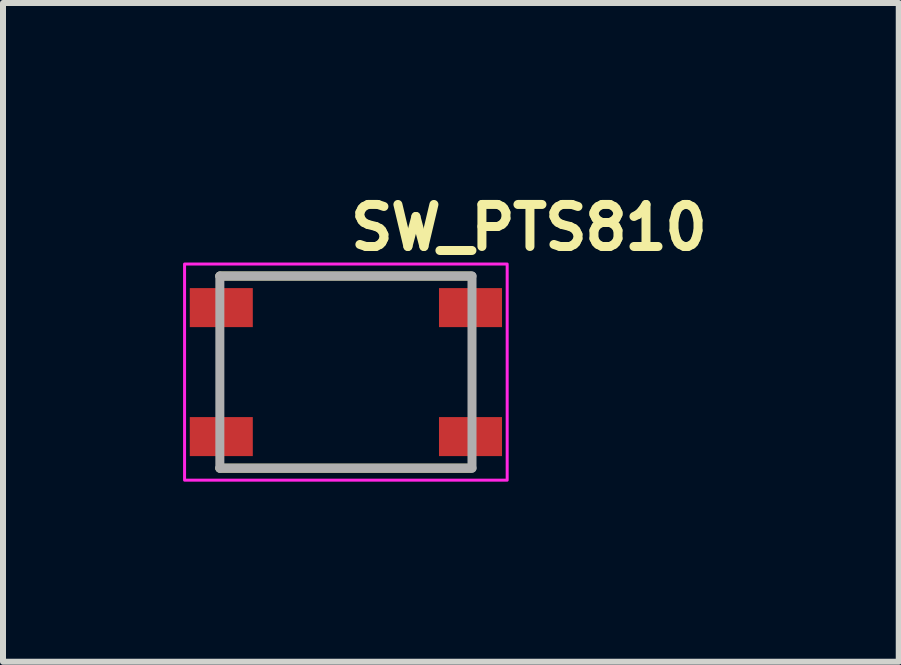
<source format=kicad_pcb>
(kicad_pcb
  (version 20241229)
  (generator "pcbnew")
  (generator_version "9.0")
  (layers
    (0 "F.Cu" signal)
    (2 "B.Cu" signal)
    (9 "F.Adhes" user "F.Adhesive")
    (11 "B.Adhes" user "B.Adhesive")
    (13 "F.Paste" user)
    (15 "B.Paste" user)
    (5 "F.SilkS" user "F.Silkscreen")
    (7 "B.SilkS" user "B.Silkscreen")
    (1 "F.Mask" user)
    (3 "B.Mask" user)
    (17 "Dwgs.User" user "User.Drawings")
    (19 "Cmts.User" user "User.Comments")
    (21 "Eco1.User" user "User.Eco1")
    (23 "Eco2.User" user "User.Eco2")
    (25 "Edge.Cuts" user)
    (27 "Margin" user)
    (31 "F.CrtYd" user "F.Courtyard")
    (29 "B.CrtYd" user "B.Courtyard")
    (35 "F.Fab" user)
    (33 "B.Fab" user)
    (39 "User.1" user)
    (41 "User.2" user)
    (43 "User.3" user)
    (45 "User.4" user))
  (footprint "SW_PTS810"
    (layer "F.Cu")
    (at 2.714 3.15)
    (property "Reference" "SW_PTS810" (at 0 -2 0) (layer "F.SilkS") (effects (font (size 0.7 0.7) (thickness 0.15)) (justify left bottom)))
    (attr smd)
    (fp_line (start -2.101 -1.601) (end 2.075 -1.601) (stroke (width 0.15) (type solid)) (layer "F.SilkS"))
    (fp_line (start -2.101 1.6) (end 2.075 1.6) (stroke (width 0.15) (type solid)) (layer "F.SilkS"))
    (fp_rect (start -2.689 -1.801) (end 2.686 1.8) (stroke (width 0.05) (type solid)) (fill no) (layer "F.CrtYd"))
    (fp_line (start -2.101 -1.601) (end 2.1 -1.601) (stroke (width 0.15) (type solid)) (layer "F.Fab"))
    (fp_line (start -2.101 1.6) (end -2.101 -1.601) (stroke (width 0.15) (type solid)) (layer "F.Fab"))
    (fp_line (start 2.1 -1.601) (end 2.1 1.6) (stroke (width 0.15) (type solid)) (layer "F.Fab"))
    (fp_line (start 2.1 1.6) (end -2.101 1.6) (stroke (width 0.15) (type solid)) (layer "F.Fab"))
    (fp_rect (start -2.289 -1.601) (end 2.286 1.6) (stroke (width 0.1) (type solid)) (fill no) (layer "User.5"))
    (fp_line (start -2.289 -1.351) (end -2.289 -0.802) (stroke (width 0.02) (type solid)) (layer "User.9"))
    (fp_line (start -2.289 -1.351) (end -2.191 -1.351) (stroke (width 0.02) (type solid)) (layer "User.9"))
    (fp_line (start -2.289 -0.802) (end -2.191 -0.802) (stroke (width 0.02) (type solid)) (layer "User.9"))
    (fp_line (start -2.289 0.8) (end -2.289 1.35) (stroke (width 0.02) (type solid)) (layer "User.9"))
    (fp_line (start -2.289 0.8) (end -2.191 0.8) (stroke (width 0.02) (type solid)) (layer "User.9"))
    (fp_line (start -2.289 1.35) (end -2.191 1.35) (stroke (width 0.02) (type solid)) (layer "User.9"))
    (fp_line (start -2.191 -0.802) (end -2.191 -1.351) (stroke (width 0.02) (type solid)) (layer "User.9"))
    (fp_line (start -2.191 -0.802) (end -2.101 -0.802) (stroke (width 0.02) (type solid)) (layer "User.9"))
    (fp_line (start -2.191 1.35) (end -2.191 0.8) (stroke (width 0.02) (type solid)) (layer "User.9"))
    (fp_line (start -2.191 1.35) (end -2.101 1.35) (stroke (width 0.02) (type solid)) (layer "User.9"))
    (fp_line (start -2.101 -1.412) (end -2.1 -1.422) (stroke (width 0.02) (type solid)) (layer "User.9"))
    (fp_line (start -2.101 -1.401) (end -2.101 -1.412) (stroke (width 0.02) (type solid)) (layer "User.9"))
    (fp_line (start -2.101 -1.401) (end -2.101 -0.402) (stroke (width 0.02) (type solid)) (layer "User.9"))
    (fp_line (start -2.101 -1.351) (end -2.191 -1.351) (stroke (width 0.02) (type solid)) (layer "User.9"))
    (fp_line (start -2.101 -0.402) (end -2.101 0.4) (stroke (width 0.02) (type solid)) (layer "User.9"))
    (fp_line (start -2.101 0.4) (end -2.101 1.398) (stroke (width 0.02) (type solid)) (layer "User.9"))
    (fp_line (start -2.101 0.4) (end -0.902 1.6) (stroke (width 0.02) (type solid)) (layer "User.9"))
    (fp_line (start -2.101 0.8) (end -2.191 0.8) (stroke (width 0.02) (type solid)) (layer "User.9"))
    (fp_line (start -2.101 1.409) (end -2.101 1.398) (stroke (width 0.02) (type solid)) (layer "User.9"))
    (fp_line (start -2.1 -1.422) (end -2.098 -1.432) (stroke (width 0.02) (type solid)) (layer "User.9"))
    (fp_line (start -2.1 1.419) (end -2.101 1.409) (stroke (width 0.02) (type solid)) (layer "User.9"))
    (fp_line (start -2.098 -1.432) (end -2.097 -1.442) (stroke (width 0.02) (type solid)) (layer "User.9"))
    (fp_line (start -2.098 1.429) (end -2.1 1.419) (stroke (width 0.02) (type solid)) (layer "User.9"))
    (fp_line (start -2.097 -1.442) (end -2.094 -1.45) (stroke (width 0.02) (type solid)) (layer "User.9"))
    (fp_line (start -2.097 1.439) (end -2.098 1.429) (stroke (width 0.02) (type solid)) (layer "User.9"))
    (fp_line (start -2.094 -1.45) (end -2.093 -1.46) (stroke (width 0.02) (type solid)) (layer "User.9"))
    (fp_line (start -2.094 1.449) (end -2.097 1.439) (stroke (width 0.02) (type solid)) (layer "User.9"))
    (fp_line (start -2.093 -1.46) (end -2.089 -1.47) (stroke (width 0.02) (type solid)) (layer "User.9"))
    (fp_line (start -2.093 1.459) (end -2.094 1.449) (stroke (width 0.02) (type solid)) (layer "User.9"))
    (fp_line (start -2.089 -1.47) (end -2.085 -1.478) (stroke (width 0.02) (type solid)) (layer "User.9"))
    (fp_line (start -2.089 1.467) (end -2.093 1.459) (stroke (width 0.02) (type solid)) (layer "User.9"))
    (fp_line (start -2.085 -1.478) (end -2.081 -1.488) (stroke (width 0.02) (type solid)) (layer "User.9"))
    (fp_line (start -2.085 1.477) (end -2.089 1.467) (stroke (width 0.02) (type solid)) (layer "User.9"))
    (fp_line (start -2.081 -1.488) (end -2.077 -1.496) (stroke (width 0.02) (type solid)) (layer "User.9"))
    (fp_line (start -2.081 1.485) (end -2.085 1.477) (stroke (width 0.02) (type solid)) (layer "User.9"))
    (fp_line (start -2.077 -1.496) (end -2.073 -1.504) (stroke (width 0.02) (type solid)) (layer "User.9"))
    (fp_line (start -2.077 1.495) (end -2.081 1.485) (stroke (width 0.02) (type solid)) (layer "User.9"))
    (fp_line (start -2.073 -1.504) (end -2.066 -1.512) (stroke (width 0.02) (type solid)) (layer "User.9"))
    (fp_line (start -2.073 1.503) (end -2.077 1.495) (stroke (width 0.02) (type solid)) (layer "User.9"))
    (fp_line (start -2.066 -1.512) (end -2.061 -1.52) (stroke (width 0.02) (type solid)) (layer "User.9"))
    (fp_line (start -2.066 1.511) (end -2.073 1.503) (stroke (width 0.02) (type solid)) (layer "User.9"))
    (fp_line (start -2.061 -1.52) (end -2.056 -1.528) (stroke (width 0.02) (type solid)) (layer "User.9"))
    (fp_line (start -2.061 1.519) (end -2.066 1.511) (stroke (width 0.02) (type solid)) (layer "User.9"))
    (fp_line (start -2.056 -1.528) (end -2.049 -1.536) (stroke (width 0.02) (type solid)) (layer "User.9"))
    (fp_line (start -2.056 1.527) (end -2.061 1.519) (stroke (width 0.02) (type solid)) (layer "User.9"))
    (fp_line (start -2.05 0.45) (end -2.05 -0.452) (stroke (width 0.02) (type solid)) (layer "User.9"))
    (fp_line (start -2.049 -1.536) (end -2.043 -1.543) (stroke (width 0.02) (type solid)) (layer "User.9"))
    (fp_line (start -2.049 1.533) (end -2.056 1.527) (stroke (width 0.02) (type solid)) (layer "User.9"))
    (fp_line (start -2.043 -1.543) (end -2.036 -1.549) (stroke (width 0.02) (type solid)) (layer "User.9"))
    (fp_line (start -2.043 1.54) (end -2.049 1.533) (stroke (width 0.02) (type solid)) (layer "User.9"))
    (fp_line (start -2.036 -1.549) (end -2.028 -1.555) (stroke (width 0.02) (type solid)) (layer "User.9"))
    (fp_line (start -2.036 1.548) (end -2.043 1.54) (stroke (width 0.02) (type solid)) (layer "User.9"))
    (fp_line (start -2.028 -1.555) (end -2.02 -1.561) (stroke (width 0.02) (type solid)) (layer "User.9"))
    (fp_line (start -2.028 1.554) (end -2.036 1.548) (stroke (width 0.02) (type solid)) (layer "User.9"))
    (fp_line (start -2.02 -1.561) (end -2.012 -1.567) (stroke (width 0.02) (type solid)) (layer "User.9"))
    (fp_line (start -2.02 1.56) (end -2.028 1.554) (stroke (width 0.02) (type solid)) (layer "User.9"))
    (fp_line (start -2.012 -1.567) (end -2.004 -1.573) (stroke (width 0.02) (type solid)) (layer "User.9"))
    (fp_line (start -2.012 1.564) (end -2.02 1.56) (stroke (width 0.02) (type solid)) (layer "User.9"))
    (fp_line (start -2.004 -1.573) (end -1.996 -1.577) (stroke (width 0.02) (type solid)) (layer "User.9"))
    (fp_line (start -2.004 1.57) (end -2.012 1.564) (stroke (width 0.02) (type solid)) (layer "User.9"))
    (fp_line (start -1.996 -1.577) (end -1.988 -1.581) (stroke (width 0.02) (type solid)) (layer "User.9"))
    (fp_line (start -1.996 1.574) (end -2.004 1.57) (stroke (width 0.02) (type solid)) (layer "User.9"))
    (fp_line (start -1.988 -1.581) (end -1.978 -1.585) (stroke (width 0.02) (type solid)) (layer "User.9"))
    (fp_line (start -1.988 1.58) (end -1.996 1.574) (stroke (width 0.02) (type solid)) (layer "User.9"))
    (fp_line (start -1.978 -1.585) (end -1.97 -1.589) (stroke (width 0.02) (type solid)) (layer "User.9"))
    (fp_line (start -1.978 1.584) (end -1.988 1.58) (stroke (width 0.02) (type solid)) (layer "User.9"))
    (fp_line (start -1.97 -1.589) (end -1.96 -1.593) (stroke (width 0.02) (type solid)) (layer "User.9"))
    (fp_line (start -1.97 1.586) (end -1.978 1.584) (stroke (width 0.02) (type solid)) (layer "User.9"))
    (fp_line (start -1.96 -1.593) (end -1.95 -1.595) (stroke (width 0.02) (type solid)) (layer "User.9"))
    (fp_line (start -1.96 1.59) (end -1.97 1.586) (stroke (width 0.02) (type solid)) (layer "User.9"))
    (fp_line (start -1.95 -1.595) (end -1.942 -1.597) (stroke (width 0.02) (type solid)) (layer "User.9"))
    (fp_line (start -1.95 1.592) (end -1.96 1.59) (stroke (width 0.02) (type solid)) (layer "User.9"))
    (fp_line (start -1.942 -1.597) (end -1.932 -1.599) (stroke (width 0.02) (type solid)) (layer "User.9"))
    (fp_line (start -1.942 1.594) (end -1.95 1.592) (stroke (width 0.02) (type solid)) (layer "User.9"))
    (fp_line (start -1.932 -1.599) (end -1.922 -1.599) (stroke (width 0.02) (type solid)) (layer "User.9"))
    (fp_line (start -1.932 1.596) (end -1.942 1.594) (stroke (width 0.02) (type solid)) (layer "User.9"))
    (fp_line (start -1.922 -1.599) (end -1.911 -1.601) (stroke (width 0.02) (type solid)) (layer "User.9"))
    (fp_line (start -1.922 1.598) (end -1.932 1.596) (stroke (width 0.02) (type solid)) (layer "User.9"))
    (fp_line (start -1.911 -1.601) (end -1.901 -1.601) (stroke (width 0.02) (type solid)) (layer "User.9"))
    (fp_line (start -1.911 1.598) (end -1.922 1.598) (stroke (width 0.02) (type solid)) (layer "User.9"))
    (fp_line (start -1.901 1.6) (end -1.911 1.598) (stroke (width 0.02) (type solid)) (layer "User.9"))
    (fp_line (start -1.901 1.6) (end -0.902 1.6) (stroke (width 0.02) (type solid)) (layer "User.9"))
    (fp_line (start -1.601 0) (end -1.599 0.076) (stroke (width 0.02) (type solid)) (layer "User.9"))
    (fp_line (start -1.599 -0.078) (end -1.601 0) (stroke (width 0.02) (type solid)) (layer "User.9"))
    (fp_line (start -1.599 0.076) (end -1.591 0.154) (stroke (width 0.02) (type solid)) (layer "User.9"))
    (fp_line (start -1.591 -0.156) (end -1.599 -0.078) (stroke (width 0.02) (type solid)) (layer "User.9"))
    (fp_line (start -1.591 0.154) (end -1.579 0.231) (stroke (width 0.02) (type solid)) (layer "User.9"))
    (fp_line (start -1.579 -0.233) (end -1.591 -0.156) (stroke (width 0.02) (type solid)) (layer "User.9"))
    (fp_line (start -1.579 0.231) (end -1.561 0.307) (stroke (width 0.02) (type solid)) (layer "User.9"))
    (fp_line (start -1.561 -0.309) (end -1.579 -0.233) (stroke (width 0.02) (type solid)) (layer "User.9"))
    (fp_line (start -1.561 0.307) (end -1.539 0.382) (stroke (width 0.02) (type solid)) (layer "User.9"))
    (fp_line (start -1.539 -0.384) (end -1.561 -0.309) (stroke (width 0.02) (type solid)) (layer "User.9"))
    (fp_line (start -1.539 0.382) (end -1.51 0.457) (stroke (width 0.02) (type solid)) (layer "User.9"))
    (fp_line (start -1.51 -0.459) (end -1.539 -0.384) (stroke (width 0.02) (type solid)) (layer "User.9"))
    (fp_line (start -1.51 0.457) (end -1.478 0.529) (stroke (width 0.02) (type solid)) (layer "User.9"))
    (fp_line (start -1.5 0) (end -1.498 -0.073) (stroke (width 0.02) (type solid)) (layer "User.9"))
    (fp_line (start -1.498 -0.073) (end -1.492 -0.144) (stroke (width 0.02) (type solid)) (layer "User.9"))
    (fp_line (start -1.498 0.071) (end -1.5 0) (stroke (width 0.02) (type solid)) (layer "User.9"))
    (fp_line (start -1.492 -0.144) (end -1.48 -0.213) (stroke (width 0.02) (type solid)) (layer "User.9"))
    (fp_line (start -1.492 0.142) (end -1.498 0.071) (stroke (width 0.02) (type solid)) (layer "User.9"))
    (fp_line (start -1.48 -0.213) (end -1.464 -0.284) (stroke (width 0.02) (type solid)) (layer "User.9"))
    (fp_line (start -1.48 0.211) (end -1.492 0.142) (stroke (width 0.02) (type solid)) (layer "User.9"))
    (fp_line (start -1.478 -0.531) (end -1.51 -0.459) (stroke (width 0.02) (type solid)) (layer "User.9"))
    (fp_line (start -1.478 0.529) (end -1.44 0.598) (stroke (width 0.02) (type solid)) (layer "User.9"))
    (fp_line (start -1.464 -0.284) (end -1.444 -0.352) (stroke (width 0.02) (type solid)) (layer "User.9"))
    (fp_line (start -1.464 0.282) (end -1.48 0.211) (stroke (width 0.02) (type solid)) (layer "User.9"))
    (fp_line (start -1.444 -0.352) (end -1.418 -0.419) (stroke (width 0.02) (type solid)) (layer "User.9"))
    (fp_line (start -1.444 0.351) (end -1.464 0.282) (stroke (width 0.02) (type solid)) (layer "User.9"))
    (fp_line (start -1.44 -0.6) (end -1.478 -0.531) (stroke (width 0.02) (type solid)) (layer "User.9"))
    (fp_line (start -1.44 -0.6) (end -1.44 -0.6) (stroke (width 0.02) (type solid)) (layer "User.9"))
    (fp_line (start -1.44 0.598) (end -1.44 0.598) (stroke (width 0.02) (type solid)) (layer "User.9"))
    (fp_line (start -1.44 0.598) (end -1.42 0.633) (stroke (width 0.02) (type solid)) (layer "User.9"))
    (fp_line (start -1.42 0.633) (end -1.397 0.667) (stroke (width 0.02) (type solid)) (layer "User.9"))
    (fp_line (start -1.418 -0.419) (end -1.389 -0.486) (stroke (width 0.02) (type solid)) (layer "User.9"))
    (fp_line (start -1.418 0.417) (end -1.444 0.351) (stroke (width 0.02) (type solid)) (layer "User.9"))
    (fp_line (start -1.397 -0.669) (end -1.44 -0.6) (stroke (width 0.02) (type solid)) (layer "User.9"))
    (fp_line (start -1.397 0.667) (end -1.375 0.7) (stroke (width 0.02) (type solid)) (layer "User.9"))
    (fp_line (start -1.389 -0.486) (end -1.353 -0.552) (stroke (width 0.02) (type solid)) (layer "User.9"))
    (fp_line (start -1.389 0.484) (end -1.418 0.417) (stroke (width 0.02) (type solid)) (layer "User.9"))
    (fp_line (start -1.375 0.7) (end -1.351 0.731) (stroke (width 0.02) (type solid)) (layer "User.9"))
    (fp_line (start -1.353 -0.552) (end -1.353 -0.552) (stroke (width 0.02) (type solid)) (layer "User.9"))
    (fp_line (start -1.353 -0.552) (end -1.335 -0.582) (stroke (width 0.02) (type solid)) (layer "User.9"))
    (fp_line (start -1.353 0.55) (end -1.389 0.484) (stroke (width 0.02) (type solid)) (layer "User.9"))
    (fp_line (start -1.353 0.55) (end -1.353 0.55) (stroke (width 0.02) (type solid)) (layer "User.9"))
    (fp_line (start -1.351 -0.733) (end -1.397 -0.669) (stroke (width 0.02) (type solid)) (layer "User.9"))
    (fp_line (start -1.351 0.731) (end -1.327 0.762) (stroke (width 0.02) (type solid)) (layer "User.9"))
    (fp_line (start -1.335 -0.582) (end -1.315 -0.613) (stroke (width 0.02) (type solid)) (layer "User.9"))
    (fp_line (start -1.327 0.762) (end -1.301 0.793) (stroke (width 0.02) (type solid)) (layer "User.9"))
    (fp_line (start -1.315 -0.613) (end -1.295 -0.644) (stroke (width 0.02) (type solid)) (layer "User.9"))
    (fp_line (start -1.315 0.611) (end -1.353 0.55) (stroke (width 0.02) (type solid)) (layer "User.9"))
    (fp_line (start -1.301 -0.795) (end -1.351 -0.733) (stroke (width 0.02) (type solid)) (layer "User.9"))
    (fp_line (start -1.301 0.793) (end -1.276 0.822) (stroke (width 0.02) (type solid)) (layer "User.9"))
    (fp_line (start -1.295 -0.644) (end -1.272 -0.673) (stroke (width 0.02) (type solid)) (layer "User.9"))
    (fp_line (start -1.276 0.822) (end -1.248 0.849) (stroke (width 0.02) (type solid)) (layer "User.9"))
    (fp_line (start -1.272 -0.673) (end -1.25 -0.701) (stroke (width 0.02) (type solid)) (layer "User.9"))
    (fp_line (start -1.272 0.671) (end -1.315 0.611) (stroke (width 0.02) (type solid)) (layer "User.9"))
    (fp_line (start -1.25 -0.701) (end -1.226 -0.728) (stroke (width 0.02) (type solid)) (layer "User.9"))
    (fp_line (start -1.248 -0.851) (end -1.301 -0.795) (stroke (width 0.02) (type solid)) (layer "User.9"))
    (fp_line (start -1.248 0.849) (end -1.22 0.876) (stroke (width 0.02) (type solid)) (layer "User.9"))
    (fp_line (start -1.226 -0.728) (end -1.202 -0.754) (stroke (width 0.02) (type solid)) (layer "User.9"))
    (fp_line (start -1.226 0.726) (end -1.272 0.671) (stroke (width 0.02) (type solid)) (layer "User.9"))
    (fp_line (start -1.22 0.876) (end -1.19 0.903) (stroke (width 0.02) (type solid)) (layer "User.9"))
    (fp_line (start -1.202 -0.754) (end -1.178 -0.781) (stroke (width 0.02) (type solid)) (layer "User.9"))
    (fp_line (start -1.19 -0.905) (end -1.248 -0.851) (stroke (width 0.02) (type solid)) (layer "User.9"))
    (fp_line (start -1.19 0.903) (end -1.16 0.928) (stroke (width 0.02) (type solid)) (layer "User.9"))
    (fp_line (start -1.178 -0.781) (end -1.151 -0.806) (stroke (width 0.02) (type solid)) (layer "User.9"))
    (fp_line (start -1.178 0.779) (end -1.226 0.726) (stroke (width 0.02) (type solid)) (layer "User.9"))
    (fp_line (start -1.16 0.928) (end -1.131 0.953) (stroke (width 0.02) (type solid)) (layer "User.9"))
    (fp_line (start -1.151 -0.806) (end -1.125 -0.83) (stroke (width 0.02) (type solid)) (layer "User.9"))
    (fp_line (start -1.131 -0.955) (end -1.19 -0.905) (stroke (width 0.02) (type solid)) (layer "User.9"))
    (fp_line (start -1.131 0.953) (end -1.099 0.975) (stroke (width 0.02) (type solid)) (layer "User.9"))
    (fp_line (start -1.125 -0.83) (end -1.097 -0.852) (stroke (width 0.02) (type solid)) (layer "User.9"))
    (fp_line (start -1.125 0.828) (end -1.178 0.779) (stroke (width 0.02) (type solid)) (layer "User.9"))
    (fp_line (start -1.099 0.975) (end -1.067 0.997) (stroke (width 0.02) (type solid)) (layer "User.9"))
    (fp_line (start -1.097 -0.852) (end -1.069 -0.874) (stroke (width 0.02) (type solid)) (layer "User.9"))
    (fp_line (start -1.069 -0.874) (end -1.041 -0.895) (stroke (width 0.02) (type solid)) (layer "User.9"))
    (fp_line (start -1.069 0.872) (end -1.125 0.828) (stroke (width 0.02) (type solid)) (layer "User.9"))
    (fp_line (start -1.067 -0.999) (end -1.131 -0.955) (stroke (width 0.02) (type solid)) (layer "User.9"))
    (fp_line (start -1.067 0.997) (end -1.035 1.019) (stroke (width 0.02) (type solid)) (layer "User.9"))
    (fp_line (start -1.041 -0.895) (end -1.012 -0.917) (stroke (width 0.02) (type solid)) (layer "User.9"))
    (fp_line (start -1.035 1.019) (end -1 1.038) (stroke (width 0.02) (type solid)) (layer "User.9"))
    (fp_line (start -1.012 -0.917) (end -0.981 -0.936) (stroke (width 0.02) (type solid)) (layer "User.9"))
    (fp_line (start -1.012 0.915) (end -1.069 0.872) (stroke (width 0.02) (type solid)) (layer "User.9"))
    (fp_line (start -1 -1.041) (end -1.067 -0.999) (stroke (width 0.02) (type solid)) (layer "User.9"))
    (fp_line (start -1 1.038) (end -0.967 1.058) (stroke (width 0.02) (type solid)) (layer "User.9"))
    (fp_line (start -0.981 -0.936) (end -0.951 -0.954) (stroke (width 0.02) (type solid)) (layer "User.9"))
    (fp_line (start -0.967 1.058) (end -0.933 1.074) (stroke (width 0.02) (type solid)) (layer "User.9"))
    (fp_line (start -0.951 -1.551) (end 0.949 -1.551) (stroke (width 0.02) (type solid)) (layer "User.9"))
    (fp_line (start -0.951 -0.954) (end -0.92 -0.97) (stroke (width 0.02) (type solid)) (layer "User.9"))
    (fp_line (start -0.951 0.952) (end -1.012 0.915) (stroke (width 0.02) (type solid)) (layer "User.9"))
    (fp_line (start -0.933 -1.077) (end -1 -1.041) (stroke (width 0.02) (type solid)) (layer "User.9"))
    (fp_line (start -0.933 1.074) (end -0.898 1.092) (stroke (width 0.02) (type solid)) (layer "User.9"))
    (fp_line (start -0.92 -0.97) (end -0.888 -0.987) (stroke (width 0.02) (type solid)) (layer "User.9"))
    (fp_line (start -0.902 -1.601) (end -2.101 -0.402) (stroke (width 0.02) (type solid)) (layer "User.9"))
    (fp_line (start -0.902 -1.601) (end -1.901 -1.601) (stroke (width 0.02) (type solid)) (layer "User.9"))
    (fp_line (start -0.902 1.6) (end 0.9 1.6) (stroke (width 0.02) (type solid)) (layer "User.9"))
    (fp_line (start -0.898 1.092) (end -0.861 1.108) (stroke (width 0.02) (type solid)) (layer "User.9"))
    (fp_line (start -0.888 -0.987) (end -0.856 -1.002) (stroke (width 0.02) (type solid)) (layer "User.9"))
    (fp_line (start -0.888 0.985) (end -0.951 0.952) (stroke (width 0.02) (type solid)) (layer "User.9"))
    (fp_line (start -0.861 -1.109) (end -0.933 -1.077) (stroke (width 0.02) (type solid)) (layer "User.9"))
    (fp_line (start -0.861 1.108) (end -0.826 1.122) (stroke (width 0.02) (type solid)) (layer "User.9"))
    (fp_line (start -0.856 -1.002) (end -0.824 -1.016) (stroke (width 0.02) (type solid)) (layer "User.9"))
    (fp_line (start -0.826 1.122) (end -0.789 1.134) (stroke (width 0.02) (type solid)) (layer "User.9"))
    (fp_line (start -0.824 -1.016) (end -0.791 -1.029) (stroke (width 0.02) (type solid)) (layer "User.9"))
    (fp_line (start -0.824 1.015) (end -0.888 0.985) (stroke (width 0.02) (type solid)) (layer "User.9"))
    (fp_line (start -0.791 -1.029) (end -0.756 -1.041) (stroke (width 0.02) (type solid)) (layer "User.9"))
    (fp_line (start -0.789 -1.137) (end -0.861 -1.109) (stroke (width 0.02) (type solid)) (layer "User.9"))
    (fp_line (start -0.789 1.134) (end -0.751 1.146) (stroke (width 0.02) (type solid)) (layer "User.9"))
    (fp_line (start -0.756 -1.041) (end -0.722 -1.053) (stroke (width 0.02) (type solid)) (layer "User.9"))
    (fp_line (start -0.756 1.04) (end -0.824 1.015) (stroke (width 0.02) (type solid)) (layer "User.9"))
    (fp_line (start -0.751 1.146) (end -0.714 1.157) (stroke (width 0.02) (type solid)) (layer "User.9"))
    (fp_line (start -0.722 -1.053) (end -0.689 -1.063) (stroke (width 0.02) (type solid)) (layer "User.9"))
    (fp_line (start -0.714 -1.16) (end -0.789 -1.137) (stroke (width 0.02) (type solid)) (layer "User.9"))
    (fp_line (start -0.714 1.157) (end -0.677 1.167) (stroke (width 0.02) (type solid)) (layer "User.9"))
    (fp_line (start -0.689 -1.063) (end -0.654 -1.071) (stroke (width 0.02) (type solid)) (layer "User.9"))
    (fp_line (start -0.689 1.06) (end -0.756 1.04) (stroke (width 0.02) (type solid)) (layer "User.9"))
    (fp_line (start -0.677 1.167) (end -0.637 1.175) (stroke (width 0.02) (type solid)) (layer "User.9"))
    (fp_line (start -0.654 -1.071) (end -0.618 -1.079) (stroke (width 0.02) (type solid)) (layer "User.9"))
    (fp_line (start -0.637 -1.178) (end -0.714 -1.16) (stroke (width 0.02) (type solid)) (layer "User.9"))
    (fp_line (start -0.637 1.175) (end -0.599 1.183) (stroke (width 0.02) (type solid)) (layer "User.9"))
    (fp_line (start -0.618 -1.079) (end -0.582 -1.085) (stroke (width 0.02) (type solid)) (layer "User.9"))
    (fp_line (start -0.618 1.078) (end -0.689 1.06) (stroke (width 0.02) (type solid)) (layer "User.9"))
    (fp_line (start -0.599 1.183) (end -0.56 1.189) (stroke (width 0.02) (type solid)) (layer "User.9"))
    (fp_line (start -0.582 -1.085) (end -0.547 -1.091) (stroke (width 0.02) (type solid)) (layer "User.9"))
    (fp_line (start -0.56 -1.19) (end -0.637 -1.178) (stroke (width 0.02) (type solid)) (layer "User.9"))
    (fp_line (start -0.56 1.189) (end -0.521 1.193) (stroke (width 0.02) (type solid)) (layer "User.9"))
    (fp_line (start -0.547 -1.091) (end -0.51 -1.095) (stroke (width 0.02) (type solid)) (layer "User.9"))
    (fp_line (start -0.547 1.09) (end -0.618 1.078) (stroke (width 0.02) (type solid)) (layer "User.9"))
    (fp_line (start -0.521 1.193) (end -0.48 1.197) (stroke (width 0.02) (type solid)) (layer "User.9"))
    (fp_line (start -0.51 -1.095) (end -0.475 -1.099) (stroke (width 0.02) (type solid)) (layer "User.9"))
    (fp_line (start -0.48 -1.198) (end -0.56 -1.19) (stroke (width 0.02) (type solid)) (layer "User.9"))
    (fp_line (start -0.48 1.197) (end -0.441 1.199) (stroke (width 0.02) (type solid)) (layer "User.9"))
    (fp_line (start -0.475 -1.099) (end -0.437 -1.101) (stroke (width 0.02) (type solid)) (layer "User.9"))
    (fp_line (start -0.475 1.096) (end -0.547 1.09) (stroke (width 0.02) (type solid)) (layer "User.9"))
    (fp_line (start -0.441 1.199) (end -0.402 1.199) (stroke (width 0.02) (type solid)) (layer "User.9"))
    (fp_line (start -0.437 -1.101) (end -0.402 -1.101) (stroke (width 0.02) (type solid)) (layer "User.9"))
    (fp_line (start -0.402 -1.2) (end -0.48 -1.198) (stroke (width 0.02) (type solid)) (layer "User.9"))
    (fp_line (start -0.402 -1.101) (end 0.4 -1.101) (stroke (width 0.02) (type solid)) (layer "User.9"))
    (fp_line (start -0.402 1.1) (end -0.475 1.096) (stroke (width 0.02) (type solid)) (layer "User.9"))
    (fp_line (start -0.402 1.1) (end 0.4 1.1) (stroke (width 0.02) (type solid)) (layer "User.9"))
    (fp_line (start -0.402 1.199) (end 0.4 1.199) (stroke (width 0.02) (type solid)) (layer "User.9"))
    (fp_line (start 0.4 -1.2) (end -0.402 -1.2) (stroke (width 0.02) (type solid)) (layer "User.9"))
    (fp_line (start 0.4 -1.101) (end 0.473 -1.099) (stroke (width 0.02) (type solid)) (layer "User.9"))
    (fp_line (start 0.4 1.1) (end -0.402 1.1) (stroke (width 0.02) (type solid)) (layer "User.9"))
    (fp_line (start 0.4 1.199) (end 0.479 1.197) (stroke (width 0.02) (type solid)) (layer "User.9"))
    (fp_line (start 0.435 1.098) (end 0.4 1.1) (stroke (width 0.02) (type solid)) (layer "User.9"))
    (fp_line (start 0.439 -1.2) (end 0.4 -1.2) (stroke (width 0.02) (type solid)) (layer "User.9"))
    (fp_line (start 0.473 -1.099) (end 0.545 -1.091) (stroke (width 0.02) (type solid)) (layer "User.9"))
    (fp_line (start 0.473 1.096) (end 0.435 1.098) (stroke (width 0.02) (type solid)) (layer "User.9"))
    (fp_line (start 0.479 -1.198) (end 0.439 -1.2) (stroke (width 0.02) (type solid)) (layer "User.9"))
    (fp_line (start 0.479 1.197) (end 0.558 1.189) (stroke (width 0.02) (type solid)) (layer "User.9"))
    (fp_line (start 0.508 1.094) (end 0.473 1.096) (stroke (width 0.02) (type solid)) (layer "User.9"))
    (fp_line (start 0.519 -1.196) (end 0.479 -1.198) (stroke (width 0.02) (type solid)) (layer "User.9"))
    (fp_line (start 0.545 -1.091) (end 0.616 -1.079) (stroke (width 0.02) (type solid)) (layer "User.9"))
    (fp_line (start 0.545 1.09) (end 0.508 1.094) (stroke (width 0.02) (type solid)) (layer "User.9"))
    (fp_line (start 0.558 -1.19) (end 0.519 -1.196) (stroke (width 0.02) (type solid)) (layer "User.9"))
    (fp_line (start 0.558 1.189) (end 0.635 1.175) (stroke (width 0.02) (type solid)) (layer "User.9"))
    (fp_line (start 0.58 1.084) (end 0.545 1.09) (stroke (width 0.02) (type solid)) (layer "User.9"))
    (fp_line (start 0.597 -1.184) (end 0.558 -1.19) (stroke (width 0.02) (type solid)) (layer "User.9"))
    (fp_line (start 0.616 -1.079) (end 0.687 -1.063) (stroke (width 0.02) (type solid)) (layer "User.9"))
    (fp_line (start 0.616 1.078) (end 0.58 1.084) (stroke (width 0.02) (type solid)) (layer "User.9"))
    (fp_line (start 0.635 -1.178) (end 0.597 -1.184) (stroke (width 0.02) (type solid)) (layer "User.9"))
    (fp_line (start 0.635 1.175) (end 0.712 1.157) (stroke (width 0.02) (type solid)) (layer "User.9"))
    (fp_line (start 0.652 1.07) (end 0.616 1.078) (stroke (width 0.02) (type solid)) (layer "User.9"))
    (fp_line (start 0.675 -1.17) (end 0.635 -1.178) (stroke (width 0.02) (type solid)) (layer "User.9"))
    (fp_line (start 0.687 -1.063) (end 0.754 -1.041) (stroke (width 0.02) (type solid)) (layer "User.9"))
    (fp_line (start 0.687 1.06) (end 0.652 1.07) (stroke (width 0.02) (type solid)) (layer "User.9"))
    (fp_line (start 0.712 -1.16) (end 0.675 -1.17) (stroke (width 0.02) (type solid)) (layer "User.9"))
    (fp_line (start 0.712 1.157) (end 0.787 1.134) (stroke (width 0.02) (type solid)) (layer "User.9"))
    (fp_line (start 0.72 1.052) (end 0.687 1.06) (stroke (width 0.02) (type solid)) (layer "User.9"))
    (fp_line (start 0.749 -1.149) (end 0.712 -1.16) (stroke (width 0.02) (type solid)) (layer "User.9"))
    (fp_line (start 0.754 -1.041) (end 0.822 -1.016) (stroke (width 0.02) (type solid)) (layer "User.9"))
    (fp_line (start 0.754 1.04) (end 0.72 1.052) (stroke (width 0.02) (type solid)) (layer "User.9"))
    (fp_line (start 0.787 -1.137) (end 0.749 -1.149) (stroke (width 0.02) (type solid)) (layer "User.9"))
    (fp_line (start 0.787 1.134) (end 0.859 1.108) (stroke (width 0.02) (type solid)) (layer "User.9"))
    (fp_line (start 0.789 1.028) (end 0.754 1.04) (stroke (width 0.02) (type solid)) (layer "User.9"))
    (fp_line (start 0.822 -1.016) (end 0.886 -0.987) (stroke (width 0.02) (type solid)) (layer "User.9"))
    (fp_line (start 0.822 1.015) (end 0.789 1.028) (stroke (width 0.02) (type solid)) (layer "User.9"))
    (fp_line (start 0.824 -1.123) (end 0.787 -1.137) (stroke (width 0.02) (type solid)) (layer "User.9"))
    (fp_line (start 0.854 1.001) (end 0.822 1.015) (stroke (width 0.02) (type solid)) (layer "User.9"))
    (fp_line (start 0.859 -1.109) (end 0.824 -1.123) (stroke (width 0.02) (type solid)) (layer "User.9"))
    (fp_line (start 0.859 1.108) (end 0.931 1.074) (stroke (width 0.02) (type solid)) (layer "User.9"))
    (fp_line (start 0.886 -0.987) (end 0.949 -0.954) (stroke (width 0.02) (type solid)) (layer "User.9"))
    (fp_line (start 0.886 0.985) (end 0.854 1.001) (stroke (width 0.02) (type solid)) (layer "User.9"))
    (fp_line (start 0.896 -1.093) (end 0.859 -1.109) (stroke (width 0.02) (type solid)) (layer "User.9"))
    (fp_line (start 0.9 -1.601) (end -0.902 -1.601) (stroke (width 0.02) (type solid)) (layer "User.9"))
    (fp_line (start 0.9 1.6) (end 1.898 1.6) (stroke (width 0.02) (type solid)) (layer "User.9"))
    (fp_line (start 0.9 1.6) (end 2.1 0.4) (stroke (width 0.02) (type solid)) (layer "User.9"))
    (fp_line (start 0.918 0.968) (end 0.886 0.985) (stroke (width 0.02) (type solid)) (layer "User.9"))
    (fp_line (start 0.931 -1.077) (end 0.896 -1.093) (stroke (width 0.02) (type solid)) (layer "User.9"))
    (fp_line (start 0.931 1.074) (end 0.998 1.038) (stroke (width 0.02) (type solid)) (layer "User.9"))
    (fp_line (start 0.949 -0.954) (end 1.009 -0.917) (stroke (width 0.02) (type solid)) (layer "User.9"))
    (fp_line (start 0.949 0.952) (end 0.918 0.968) (stroke (width 0.02) (type solid)) (layer "User.9"))
    (fp_line (start 0.949 1.55) (end -0.951 1.55) (stroke (width 0.02) (type solid)) (layer "User.9"))
    (fp_line (start 0.965 -1.059) (end 0.931 -1.077) (stroke (width 0.02) (type solid)) (layer "User.9"))
    (fp_line (start 0.979 0.934) (end 0.949 0.952) (stroke (width 0.02) (type solid)) (layer "User.9"))
    (fp_line (start 0.998 -1.041) (end 0.965 -1.059) (stroke (width 0.02) (type solid)) (layer "User.9"))
    (fp_line (start 0.998 1.038) (end 1.064 0.997) (stroke (width 0.02) (type solid)) (layer "User.9"))
    (fp_line (start 1.009 -0.917) (end 1.068 -0.874) (stroke (width 0.02) (type solid)) (layer "User.9"))
    (fp_line (start 1.009 0.915) (end 0.979 0.934) (stroke (width 0.02) (type solid)) (layer "User.9"))
    (fp_line (start 1.032 -1.02) (end 0.998 -1.041) (stroke (width 0.02) (type solid)) (layer "User.9"))
    (fp_line (start 1.038 0.893) (end 1.009 0.915) (stroke (width 0.02) (type solid)) (layer "User.9"))
    (fp_line (start 1.064 -0.999) (end 1.032 -1.02) (stroke (width 0.02) (type solid)) (layer "User.9"))
    (fp_line (start 1.064 0.997) (end 1.128 0.953) (stroke (width 0.02) (type solid)) (layer "User.9"))
    (fp_line (start 1.068 -0.874) (end 1.122 -0.83) (stroke (width 0.02) (type solid)) (layer "User.9"))
    (fp_line (start 1.068 0.872) (end 1.038 0.893) (stroke (width 0.02) (type solid)) (layer "User.9"))
    (fp_line (start 1.096 -0.977) (end 1.064 -0.999) (stroke (width 0.02) (type solid)) (layer "User.9"))
    (fp_line (start 1.096 0.85) (end 1.068 0.872) (stroke (width 0.02) (type solid)) (layer "User.9"))
    (fp_line (start 1.122 -0.83) (end 1.175 -0.781) (stroke (width 0.02) (type solid)) (layer "User.9"))
    (fp_line (start 1.122 0.828) (end 1.096 0.85) (stroke (width 0.02) (type solid)) (layer "User.9"))
    (fp_line (start 1.128 -0.955) (end 1.096 -0.977) (stroke (width 0.02) (type solid)) (layer "User.9"))
    (fp_line (start 1.128 0.953) (end 1.189 0.903) (stroke (width 0.02) (type solid)) (layer "User.9"))
    (fp_line (start 1.15 0.804) (end 1.122 0.828) (stroke (width 0.02) (type solid)) (layer "User.9"))
    (fp_line (start 1.159 -0.93) (end 1.128 -0.955) (stroke (width 0.02) (type solid)) (layer "User.9"))
    (fp_line (start 1.175 -0.781) (end 1.225 -0.728) (stroke (width 0.02) (type solid)) (layer "User.9"))
    (fp_line (start 1.175 0.779) (end 1.15 0.804) (stroke (width 0.02) (type solid)) (layer "User.9"))
    (fp_line (start 1.189 -0.905) (end 1.159 -0.93) (stroke (width 0.02) (type solid)) (layer "User.9"))
    (fp_line (start 1.189 0.903) (end 1.245 0.849) (stroke (width 0.02) (type solid)) (layer "User.9"))
    (fp_line (start 1.201 0.752) (end 1.175 0.779) (stroke (width 0.02) (type solid)) (layer "User.9"))
    (fp_line (start 1.217 -0.878) (end 1.189 -0.905) (stroke (width 0.02) (type solid)) (layer "User.9"))
    (fp_line (start 1.225 -0.728) (end 1.271 -0.673) (stroke (width 0.02) (type solid)) (layer "User.9"))
    (fp_line (start 1.225 0.726) (end 1.201 0.752) (stroke (width 0.02) (type solid)) (layer "User.9"))
    (fp_line (start 1.245 -0.851) (end 1.217 -0.878) (stroke (width 0.02) (type solid)) (layer "User.9"))
    (fp_line (start 1.245 0.849) (end 1.3 0.793) (stroke (width 0.02) (type solid)) (layer "User.9"))
    (fp_line (start 1.247 0.699) (end 1.225 0.726) (stroke (width 0.02) (type solid)) (layer "User.9"))
    (fp_line (start 1.271 -0.673) (end 1.312 -0.613) (stroke (width 0.02) (type solid)) (layer "User.9"))
    (fp_line (start 1.271 0.671) (end 1.247 0.699) (stroke (width 0.02) (type solid)) (layer "User.9"))
    (fp_line (start 1.273 -0.824) (end 1.245 -0.851) (stroke (width 0.02) (type solid)) (layer "User.9"))
    (fp_line (start 1.292 0.642) (end 1.271 0.671) (stroke (width 0.02) (type solid)) (layer "User.9"))
    (fp_line (start 1.3 -0.795) (end 1.273 -0.824) (stroke (width 0.02) (type solid)) (layer "User.9"))
    (fp_line (start 1.3 0.793) (end 1.35 0.731) (stroke (width 0.02) (type solid)) (layer "User.9"))
    (fp_line (start 1.312 -0.613) (end 1.352 -0.552) (stroke (width 0.02) (type solid)) (layer "User.9"))
    (fp_line (start 1.312 0.611) (end 1.292 0.642) (stroke (width 0.02) (type solid)) (layer "User.9"))
    (fp_line (start 1.326 -0.764) (end 1.3 -0.795) (stroke (width 0.02) (type solid)) (layer "User.9"))
    (fp_line (start 1.332 0.58) (end 1.312 0.611) (stroke (width 0.02) (type solid)) (layer "User.9"))
    (fp_line (start 1.35 -0.733) (end 1.326 -0.764) (stroke (width 0.02) (type solid)) (layer "User.9"))
    (fp_line (start 1.35 0.731) (end 1.396 0.667) (stroke (width 0.02) (type solid)) (layer "User.9"))
    (fp_line (start 1.352 -0.552) (end 1.352 -0.552) (stroke (width 0.02) (type solid)) (layer "User.9"))
    (fp_line (start 1.352 -0.552) (end 1.386 -0.486) (stroke (width 0.02) (type solid)) (layer "User.9"))
    (fp_line (start 1.352 0.55) (end 1.332 0.58) (stroke (width 0.02) (type solid)) (layer "User.9"))
    (fp_line (start 1.352 0.55) (end 1.352 0.55) (stroke (width 0.02) (type solid)) (layer "User.9"))
    (fp_line (start 1.374 -0.702) (end 1.35 -0.733) (stroke (width 0.02) (type solid)) (layer "User.9"))
    (fp_line (start 1.386 -0.486) (end 1.417 -0.419) (stroke (width 0.02) (type solid)) (layer "User.9"))
    (fp_line (start 1.386 0.484) (end 1.352 0.55) (stroke (width 0.02) (type solid)) (layer "User.9"))
    (fp_line (start 1.396 -0.669) (end 1.374 -0.702) (stroke (width 0.02) (type solid)) (layer "User.9"))
    (fp_line (start 1.396 0.667) (end 1.439 0.598) (stroke (width 0.02) (type solid)) (layer "User.9"))
    (fp_line (start 1.417 -0.635) (end 1.396 -0.669) (stroke (width 0.02) (type solid)) (layer "User.9"))
    (fp_line (start 1.417 -0.419) (end 1.441 -0.352) (stroke (width 0.02) (type solid)) (layer "User.9"))
    (fp_line (start 1.417 0.417) (end 1.386 0.484) (stroke (width 0.02) (type solid)) (layer "User.9"))
    (fp_line (start 1.439 -0.6) (end 1.417 -0.635) (stroke (width 0.02) (type solid)) (layer "User.9"))
    (fp_line (start 1.439 -0.6) (end 1.439 -0.6) (stroke (width 0.02) (type solid)) (layer "User.9"))
    (fp_line (start 1.439 0.598) (end 1.439 0.598) (stroke (width 0.02) (type solid)) (layer "User.9"))
    (fp_line (start 1.439 0.598) (end 1.475 0.529) (stroke (width 0.02) (type solid)) (layer "User.9"))
    (fp_line (start 1.441 -0.352) (end 1.463 -0.284) (stroke (width 0.02) (type solid)) (layer "User.9"))
    (fp_line (start 1.441 0.351) (end 1.417 0.417) (stroke (width 0.02) (type solid)) (layer "User.9"))
    (fp_line (start 1.463 -0.284) (end 1.479 -0.213) (stroke (width 0.02) (type solid)) (layer "User.9"))
    (fp_line (start 1.463 0.282) (end 1.441 0.351) (stroke (width 0.02) (type solid)) (layer "User.9"))
    (fp_line (start 1.475 -0.531) (end 1.439 -0.6) (stroke (width 0.02) (type solid)) (layer "User.9"))
    (fp_line (start 1.475 0.529) (end 1.509 0.457) (stroke (width 0.02) (type solid)) (layer "User.9"))
    (fp_line (start 1.479 -0.213) (end 1.489 -0.144) (stroke (width 0.02) (type solid)) (layer "User.9"))
    (fp_line (start 1.479 0.211) (end 1.463 0.282) (stroke (width 0.02) (type solid)) (layer "User.9"))
    (fp_line (start 1.489 -0.144) (end 1.497 -0.073) (stroke (width 0.02) (type solid)) (layer "User.9"))
    (fp_line (start 1.489 0.142) (end 1.479 0.211) (stroke (width 0.02) (type solid)) (layer "User.9"))
    (fp_line (start 1.497 -0.073) (end 1.499 0) (stroke (width 0.02) (type solid)) (layer "User.9"))
    (fp_line (start 1.497 0.071) (end 1.489 0.142) (stroke (width 0.02) (type solid)) (layer "User.9"))
    (fp_line (start 1.499 0) (end 1.497 0.071) (stroke (width 0.02) (type solid)) (layer "User.9"))
    (fp_line (start 1.509 -0.459) (end 1.475 -0.531) (stroke (width 0.02) (type solid)) (layer "User.9"))
    (fp_line (start 1.509 0.457) (end 1.536 0.382) (stroke (width 0.02) (type solid)) (layer "User.9"))
    (fp_line (start 1.536 -0.384) (end 1.509 -0.459) (stroke (width 0.02) (type solid)) (layer "User.9"))
    (fp_line (start 1.536 0.382) (end 1.558 0.307) (stroke (width 0.02) (type solid)) (layer "User.9"))
    (fp_line (start 1.55 -0.344) (end 1.55 0.342) (stroke (width 0.02) (type solid)) (layer "User.9"))
    (fp_line (start 1.558 -0.309) (end 1.536 -0.384) (stroke (width 0.02) (type solid)) (layer "User.9"))
    (fp_line (start 1.558 0.307) (end 1.576 0.231) (stroke (width 0.02) (type solid)) (layer "User.9"))
    (fp_line (start 1.576 -0.233) (end 1.558 -0.309) (stroke (width 0.02) (type solid)) (layer "User.9"))
    (fp_line (start 1.576 0.231) (end 1.588 0.154) (stroke (width 0.02) (type solid)) (layer "User.9"))
    (fp_line (start 1.588 -0.156) (end 1.576 -0.233) (stroke (width 0.02) (type solid)) (layer "User.9"))
    (fp_line (start 1.588 0.154) (end 1.596 0.076) (stroke (width 0.02) (type solid)) (layer "User.9"))
    (fp_line (start 1.596 -0.078) (end 1.588 -0.156) (stroke (width 0.02) (type solid)) (layer "User.9"))
    (fp_line (start 1.596 0.076) (end 1.6 0) (stroke (width 0.02) (type solid)) (layer "User.9"))
    (fp_line (start 1.6 0) (end 1.596 -0.078) (stroke (width 0.02) (type solid)) (layer "User.9"))
    (fp_line (start 1.898 -1.601) (end 0.9 -1.601) (stroke (width 0.02) (type solid)) (layer "User.9"))
    (fp_line (start 1.898 -1.601) (end 1.91 -1.601) (stroke (width 0.02) (type solid)) (layer "User.9"))
    (fp_line (start 1.91 -1.601) (end 1.919 -1.599) (stroke (width 0.02) (type solid)) (layer "User.9"))
    (fp_line (start 1.91 1.598) (end 1.898 1.6) (stroke (width 0.02) (type solid)) (layer "User.9"))
    (fp_line (start 1.919 -1.599) (end 1.929 -1.599) (stroke (width 0.02) (type solid)) (layer "User.9"))
    (fp_line (start 1.919 1.598) (end 1.91 1.598) (stroke (width 0.02) (type solid)) (layer "User.9"))
    (fp_line (start 1.929 -1.599) (end 1.939 -1.597) (stroke (width 0.02) (type solid)) (layer "User.9"))
    (fp_line (start 1.929 1.596) (end 1.919 1.598) (stroke (width 0.02) (type solid)) (layer "User.9"))
    (fp_line (start 1.939 -1.597) (end 1.949 -1.595) (stroke (width 0.02) (type solid)) (layer "User.9"))
    (fp_line (start 1.939 1.594) (end 1.929 1.596) (stroke (width 0.02) (type solid)) (layer "User.9"))
    (fp_line (start 1.949 -1.595) (end 1.959 -1.593) (stroke (width 0.02) (type solid)) (layer "User.9"))
    (fp_line (start 1.949 1.592) (end 1.939 1.594) (stroke (width 0.02) (type solid)) (layer "User.9"))
    (fp_line (start 1.959 -1.593) (end 1.967 -1.589) (stroke (width 0.02) (type solid)) (layer "User.9"))
    (fp_line (start 1.959 1.59) (end 1.949 1.592) (stroke (width 0.02) (type solid)) (layer "User.9"))
    (fp_line (start 1.967 -1.589) (end 1.977 -1.585) (stroke (width 0.02) (type solid)) (layer "User.9"))
    (fp_line (start 1.967 1.586) (end 1.959 1.59) (stroke (width 0.02) (type solid)) (layer "User.9"))
    (fp_line (start 1.977 -1.585) (end 1.985 -1.581) (stroke (width 0.02) (type solid)) (layer "User.9"))
    (fp_line (start 1.977 1.584) (end 1.967 1.586) (stroke (width 0.02) (type solid)) (layer "User.9"))
    (fp_line (start 1.985 -1.581) (end 1.995 -1.577) (stroke (width 0.02) (type solid)) (layer "User.9"))
    (fp_line (start 1.985 1.58) (end 1.977 1.584) (stroke (width 0.02) (type solid)) (layer "User.9"))
    (fp_line (start 1.995 -1.577) (end 2.003 -1.573) (stroke (width 0.02) (type solid)) (layer "User.9"))
    (fp_line (start 1.995 1.574) (end 1.985 1.58) (stroke (width 0.02) (type solid)) (layer "User.9"))
    (fp_line (start 2.003 -1.573) (end 2.011 -1.567) (stroke (width 0.02) (type solid)) (layer "User.9"))
    (fp_line (start 2.003 1.57) (end 1.995 1.574) (stroke (width 0.02) (type solid)) (layer "User.9"))
    (fp_line (start 2.011 -1.567) (end 2.019 -1.561) (stroke (width 0.02) (type solid)) (layer "User.9"))
    (fp_line (start 2.011 1.564) (end 2.003 1.57) (stroke (width 0.02) (type solid)) (layer "User.9"))
    (fp_line (start 2.019 -1.561) (end 2.027 -1.555) (stroke (width 0.02) (type solid)) (layer "User.9"))
    (fp_line (start 2.019 1.56) (end 2.011 1.564) (stroke (width 0.02) (type solid)) (layer "User.9"))
    (fp_line (start 2.027 -1.555) (end 2.034 -1.549) (stroke (width 0.02) (type solid)) (layer "User.9"))
    (fp_line (start 2.027 1.554) (end 2.019 1.56) (stroke (width 0.02) (type solid)) (layer "User.9"))
    (fp_line (start 2.034 -1.549) (end 2.04 -1.543) (stroke (width 0.02) (type solid)) (layer "User.9"))
    (fp_line (start 2.034 1.548) (end 2.027 1.554) (stroke (width 0.02) (type solid)) (layer "User.9"))
    (fp_line (start 2.04 -1.543) (end 2.048 -1.536) (stroke (width 0.02) (type solid)) (layer "User.9"))
    (fp_line (start 2.04 1.54) (end 2.034 1.548) (stroke (width 0.02) (type solid)) (layer "User.9"))
    (fp_line (start 2.048 -1.536) (end 2.053 -1.528) (stroke (width 0.02) (type solid)) (layer "User.9"))
    (fp_line (start 2.048 -0.452) (end 2.048 0.45) (stroke (width 0.02) (type solid)) (layer "User.9"))
    (fp_line (start 2.048 1.533) (end 2.04 1.54) (stroke (width 0.02) (type solid)) (layer "User.9"))
    (fp_line (start 2.053 -1.528) (end 2.06 -1.52) (stroke (width 0.02) (type solid)) (layer "User.9"))
    (fp_line (start 2.053 1.527) (end 2.048 1.533) (stroke (width 0.02) (type solid)) (layer "User.9"))
    (fp_line (start 2.06 -1.52) (end 2.064 -1.512) (stroke (width 0.02) (type solid)) (layer "User.9"))
    (fp_line (start 2.06 1.519) (end 2.053 1.527) (stroke (width 0.02) (type solid)) (layer "User.9"))
    (fp_line (start 2.064 -1.512) (end 2.071 -1.504) (stroke (width 0.02) (type solid)) (layer "User.9"))
    (fp_line (start 2.064 1.511) (end 2.06 1.519) (stroke (width 0.02) (type solid)) (layer "User.9"))
    (fp_line (start 2.071 -1.504) (end 2.075 -1.496) (stroke (width 0.02) (type solid)) (layer "User.9"))
    (fp_line (start 2.071 1.503) (end 2.064 1.511) (stroke (width 0.02) (type solid)) (layer "User.9"))
    (fp_line (start 2.075 -1.496) (end 2.08 -1.488) (stroke (width 0.02) (type solid)) (layer "User.9"))
    (fp_line (start 2.075 1.495) (end 2.071 1.503) (stroke (width 0.02) (type solid)) (layer "User.9"))
    (fp_line (start 2.08 -1.488) (end 2.084 -1.478) (stroke (width 0.02) (type solid)) (layer "User.9"))
    (fp_line (start 2.08 1.485) (end 2.075 1.495) (stroke (width 0.02) (type solid)) (layer "User.9"))
    (fp_line (start 2.084 -1.478) (end 2.087 -1.47) (stroke (width 0.02) (type solid)) (layer "User.9"))
    (fp_line (start 2.084 1.477) (end 2.08 1.485) (stroke (width 0.02) (type solid)) (layer "User.9"))
    (fp_line (start 2.087 -1.47) (end 2.091 -1.46) (stroke (width 0.02) (type solid)) (layer "User.9"))
    (fp_line (start 2.087 1.467) (end 2.084 1.477) (stroke (width 0.02) (type solid)) (layer "User.9"))
    (fp_line (start 2.091 -1.46) (end 2.092 -1.45) (stroke (width 0.02) (type solid)) (layer "User.9"))
    (fp_line (start 2.091 1.459) (end 2.087 1.467) (stroke (width 0.02) (type solid)) (layer "User.9"))
    (fp_line (start 2.092 -1.45) (end 2.095 -1.442) (stroke (width 0.02) (type solid)) (layer "User.9"))
    (fp_line (start 2.092 1.449) (end 2.091 1.459) (stroke (width 0.02) (type solid)) (layer "User.9"))
    (fp_line (start 2.095 -1.442) (end 2.096 -1.432) (stroke (width 0.02) (type solid)) (layer "User.9"))
    (fp_line (start 2.095 1.439) (end 2.092 1.449) (stroke (width 0.02) (type solid)) (layer "User.9"))
    (fp_line (start 2.096 -1.432) (end 2.097 -1.422) (stroke (width 0.02) (type solid)) (layer "User.9"))
    (fp_line (start 2.096 1.429) (end 2.095 1.439) (stroke (width 0.02) (type solid)) (layer "User.9"))
    (fp_line (start 2.097 -1.422) (end 2.099 -1.412) (stroke (width 0.02) (type solid)) (layer "User.9"))
    (fp_line (start 2.097 1.419) (end 2.096 1.429) (stroke (width 0.02) (type solid)) (layer "User.9"))
    (fp_line (start 2.099 -1.412) (end 2.1 -1.401) (stroke (width 0.02) (type solid)) (layer "User.9"))
    (fp_line (start 2.099 1.409) (end 2.097 1.419) (stroke (width 0.02) (type solid)) (layer "User.9"))
    (fp_line (start 2.1 -0.802) (end 2.189 -0.802) (stroke (width 0.02) (type solid)) (layer "User.9"))
    (fp_line (start 2.1 -0.402) (end 0.9 -1.601) (stroke (width 0.02) (type solid)) (layer "User.9"))
    (fp_line (start 2.1 -0.402) (end 2.1 -1.401) (stroke (width 0.02) (type solid)) (layer "User.9"))
    (fp_line (start 2.1 0.4) (end 2.1 -0.402) (stroke (width 0.02) (type solid)) (layer "User.9"))
    (fp_line (start 2.1 1.35) (end 2.189 1.35) (stroke (width 0.02) (type solid)) (layer "User.9"))
    (fp_line (start 2.1 1.398) (end 2.099 1.409) (stroke (width 0.02) (type solid)) (layer "User.9"))
    (fp_line (start 2.1 1.398) (end 2.1 0.4) (stroke (width 0.02) (type solid)) (layer "User.9"))
    (fp_line (start 2.189 -1.351) (end 2.1 -1.351) (stroke (width 0.02) (type solid)) (layer "User.9"))
    (fp_line (start 2.189 -1.351) (end 2.189 -0.802) (stroke (width 0.02) (type solid)) (layer "User.9"))
    (fp_line (start 2.189 -1.351) (end 2.286 -1.351) (stroke (width 0.02) (type solid)) (layer "User.9"))
    (fp_line (start 2.189 -0.802) (end 2.286 -0.802) (stroke (width 0.02) (type solid)) (layer "User.9"))
    (fp_line (start 2.189 0.8) (end 2.1 0.8) (stroke (width 0.02) (type solid)) (layer "User.9"))
    (fp_line (start 2.189 0.8) (end 2.189 1.35) (stroke (width 0.02) (type solid)) (layer "User.9"))
    (fp_line (start 2.189 0.8) (end 2.286 0.8) (stroke (width 0.02) (type solid)) (layer "User.9"))
    (fp_line (start 2.189 1.35) (end 2.286 1.35) (stroke (width 0.02) (type solid)) (layer "User.9"))
    (fp_line (start 2.286 -0.802) (end 2.286 -1.351) (stroke (width 0.02) (type solid)) (layer "User.9"))
    (fp_line (start 2.286 1.35) (end 2.286 0.8) (stroke (width 0.02) (type solid)) (layer "User.9"))
    (pad "1" smd rect (at -2.077 -1.075 90) (size 0.65 1.05) (layers "F.Cu" "F.Mask" "F.Paste"))
    (pad "2" smd rect (at 2.075 -1.075 90) (size 0.65 1.05) (layers "F.Cu" "F.Mask" "F.Paste"))
    (pad "3" smd rect (at -2.077 1.074 90) (size 0.65 1.05) (layers "F.Cu" "F.Mask" "F.Paste"))
    (pad "4" smd rect (at 2.075 1.074 90) (size 0.65 1.05) (layers "F.Cu" "F.Mask" "F.Paste")))
  (gr_rect
    (start -3 -3)
    (end 11.924 7.975)
    (stroke (width 0.1) (type default))
    (fill no)
    (layer "Edge.Cuts")))
</source>
